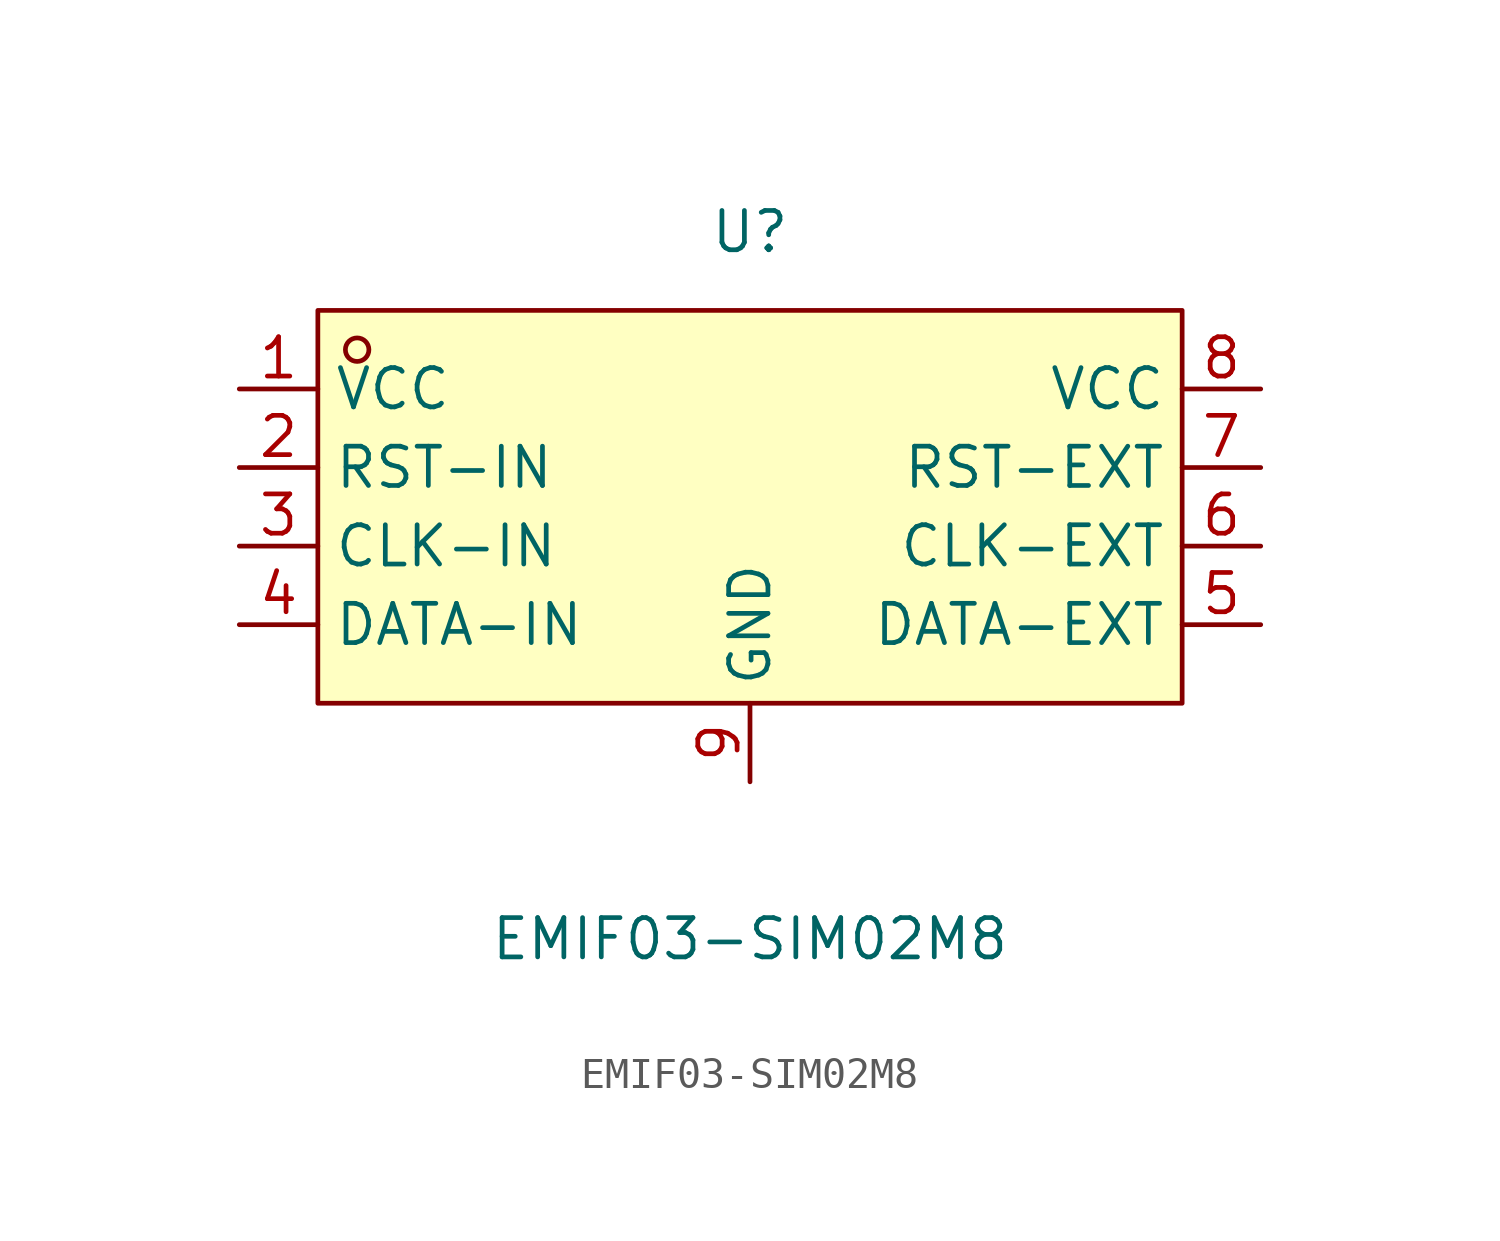
<source format=kicad_sym>
(kicad_symbol_lib
  (version 20211014)
  (generator https://github.com/uPesy/easyeda2kicad.py)
  (symbol "EMIF03-SIM02M8"
    (property "Reference" "U"
      (at 0 10.16 0)
      (effects (font (size 1.27 1.27))))
    (property "Value" "EMIF03-SIM02M8"
      (at 0 -12.70 0)
      (effects (font (size 1.27 1.27))))
    (symbol "EMIF03-SIM02M8_0_1"
      (rectangle (start -13.97 7.62) (end 13.97 -5.08) (stroke (width 0) (type default) (color 0 0 0 0)) (fill (type background)))
      (circle (center -12.70 6.35) (radius 0.38) (stroke (width 0) (type default) (color 0 0 0 0)) (fill (type none)))
      (pin unspecified line (at -16.51 5.08 0) (length 2.54) (name "VCC" (effects (font (size 1.27 1.27)))) (number "1" (effects (font (size 1.27 1.27)))))
      (pin unspecified line (at -16.51 2.54 0) (length 2.54) (name "RST-IN" (effects (font (size 1.27 1.27)))) (number "2" (effects (font (size 1.27 1.27)))))
      (pin unspecified line (at -16.51 -0.00 0) (length 2.54) (name "CLK-IN" (effects (font (size 1.27 1.27)))) (number "3" (effects (font (size 1.27 1.27)))))
      (pin unspecified line (at -16.51 -2.54 0) (length 2.54) (name "DATA-IN" (effects (font (size 1.27 1.27)))) (number "4" (effects (font (size 1.27 1.27)))))
      (pin unspecified line (at 16.51 -2.54 180) (length 2.54) (name "DATA-EXT" (effects (font (size 1.27 1.27)))) (number "5" (effects (font (size 1.27 1.27)))))
      (pin unspecified line (at 16.51 -0.00 180) (length 2.54) (name "CLK-EXT" (effects (font (size 1.27 1.27)))) (number "6" (effects (font (size 1.27 1.27)))))
      (pin unspecified line (at 16.51 2.54 180) (length 2.54) (name "RST-EXT" (effects (font (size 1.27 1.27)))) (number "7" (effects (font (size 1.27 1.27)))))
      (pin unspecified line (at 16.51 5.08 180) (length 2.54) (name "VCC" (effects (font (size 1.27 1.27)))) (number "8" (effects (font (size 1.27 1.27)))))
      (pin unspecified line (at 0.00 -7.62 90) (length 2.54) (name "GND" (effects (font (size 1.27 1.27)))) (number "9" (effects (font (size 1.27 1.27))))))))
</source>
